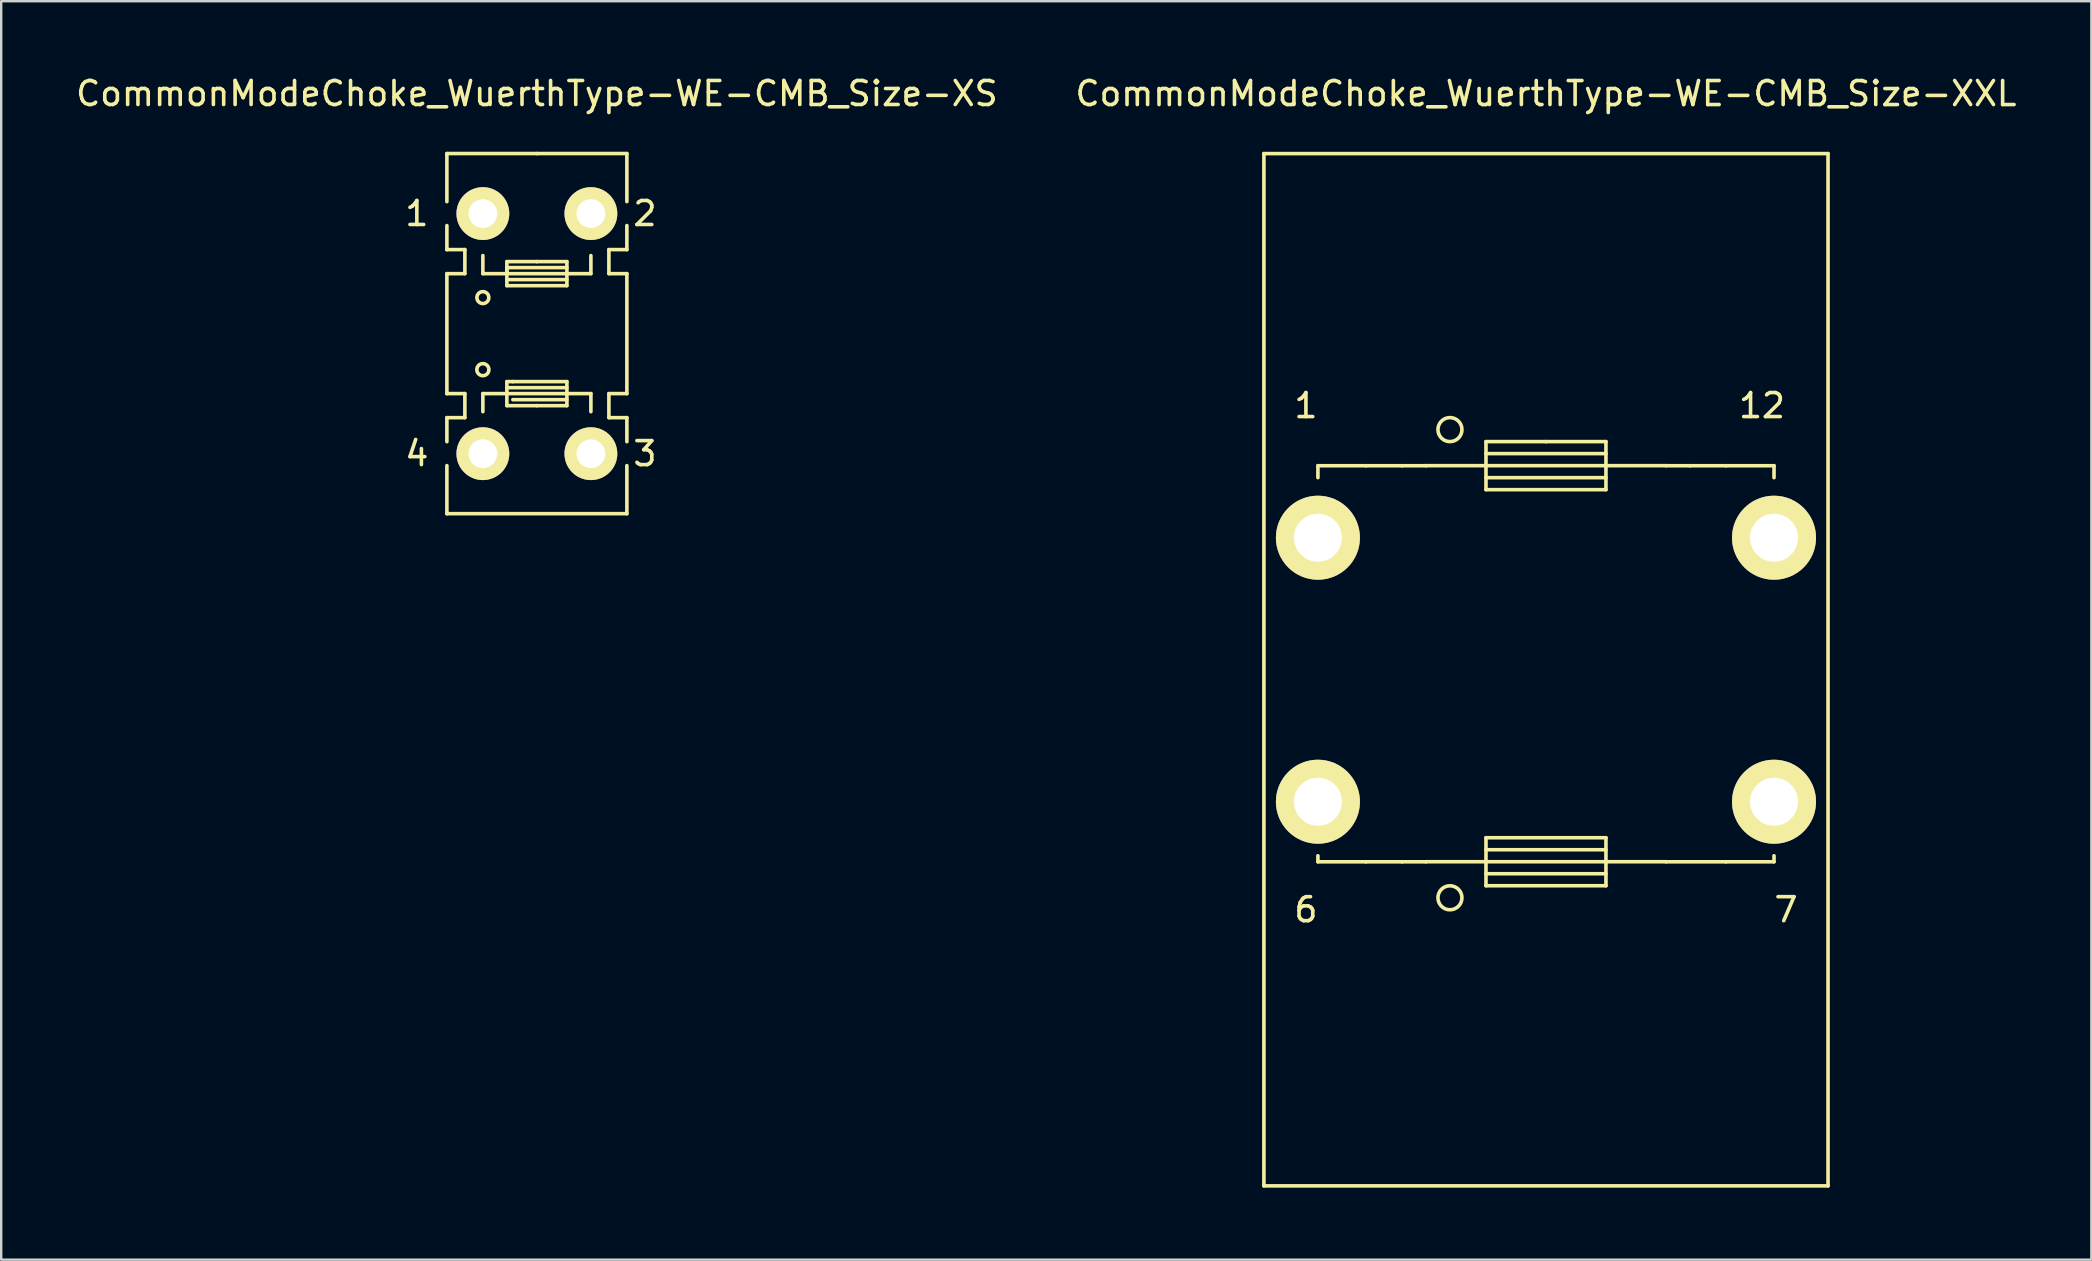
<source format=kicad_pcb>
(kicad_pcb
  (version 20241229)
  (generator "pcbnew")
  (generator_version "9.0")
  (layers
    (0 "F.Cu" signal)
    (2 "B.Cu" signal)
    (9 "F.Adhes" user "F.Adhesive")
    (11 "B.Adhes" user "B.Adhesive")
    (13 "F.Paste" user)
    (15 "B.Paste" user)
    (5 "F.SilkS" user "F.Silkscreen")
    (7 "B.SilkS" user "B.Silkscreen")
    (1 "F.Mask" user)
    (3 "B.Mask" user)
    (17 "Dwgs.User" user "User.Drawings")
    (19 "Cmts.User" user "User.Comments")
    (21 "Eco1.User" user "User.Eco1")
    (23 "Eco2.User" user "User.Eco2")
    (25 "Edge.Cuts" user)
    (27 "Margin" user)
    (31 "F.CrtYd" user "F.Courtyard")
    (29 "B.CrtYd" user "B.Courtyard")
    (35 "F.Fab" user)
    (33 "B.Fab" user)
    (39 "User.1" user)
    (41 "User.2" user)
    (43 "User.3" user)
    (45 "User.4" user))
  (footprint "CommonModeChoke_WuerthType-WE-CMB_Size-XS"
    (layer "F.Cu")
    (at 19.315 10.848)
    (property "Reference" "CommonModeChoke_WuerthType-WE-CMB_Size-XS" (at 0 -10 0) (layer "F.SilkS") (effects (font (size 1 1) (thickness 0.15))))
    (attr through_hole)
    (fp_line (start -3.749 -7.501) (end 0 -7.501) (stroke (width 0.15) (type solid)) (layer "F.SilkS"))
    (fp_line (start -3.749 -5.499) (end -3.749 -7.501) (stroke (width 0.15) (type solid)) (layer "F.SilkS"))
    (fp_line (start -3.749 -3.5) (end -3.749 -4.501) (stroke (width 0.15) (type solid)) (layer "F.SilkS"))
    (fp_line (start -3.749 -2.499) (end -3 -2.499) (stroke (width 0.15) (type solid)) (layer "F.SilkS"))
    (fp_line (start -3.749 2.499) (end -3.749 -2.499) (stroke (width 0.15) (type solid)) (layer "F.SilkS"))
    (fp_line (start -3.749 3.5) (end -3 3.5) (stroke (width 0.15) (type solid)) (layer "F.SilkS"))
    (fp_line (start -3.749 4.501) (end -3.749 3.5) (stroke (width 0.15) (type solid)) (layer "F.SilkS"))
    (fp_line (start -3.749 7.501) (end -3.749 5.499) (stroke (width 0.15) (type solid)) (layer "F.SilkS"))
    (fp_line (start -3 -3.5) (end -3.749 -3.5) (stroke (width 0.15) (type solid)) (layer "F.SilkS"))
    (fp_line (start -3 -2.499) (end -3 -3.5) (stroke (width 0.15) (type solid)) (layer "F.SilkS"))
    (fp_line (start -3 2.499) (end -3.749 2.499) (stroke (width 0.15) (type solid)) (layer "F.SilkS"))
    (fp_line (start -3 3.5) (end -3 2.499) (stroke (width 0.15) (type solid)) (layer "F.SilkS"))
    (fp_line (start -2.25 -2.499) (end -2.25 -3.251) (stroke (width 0.15) (type solid)) (layer "F.SilkS"))
    (fp_line (start -2.25 2.499) (end -2.25 3.251) (stroke (width 0.15) (type solid)) (layer "F.SilkS"))
    (fp_line (start -1.25 -3) (end 0 -3) (stroke (width 0.15) (type solid)) (layer "F.SilkS"))
    (fp_line (start -1.25 -2.751) (end -1.25 -2.499) (stroke (width 0.15) (type solid)) (layer "F.SilkS"))
    (fp_line (start -1.25 -2.499) (end -2.25 -2.499) (stroke (width 0.15) (type solid)) (layer "F.SilkS"))
    (fp_line (start -1.25 -2.25) (end 1.25 -2.25) (stroke (width 0.15) (type solid)) (layer "F.SilkS"))
    (fp_line (start -1.25 -1.999) (end -1.25 -3) (stroke (width 0.15) (type solid)) (layer "F.SilkS"))
    (fp_line (start -1.25 1.999) (end -1.25 3) (stroke (width 0.15) (type solid)) (layer "F.SilkS"))
    (fp_line (start -1.25 2.499) (end -2.25 2.499) (stroke (width 0.15) (type solid)) (layer "F.SilkS"))
    (fp_line (start -1.25 3) (end 0 3) (stroke (width 0.15) (type solid)) (layer "F.SilkS"))
    (fp_line (start -1.001 1.999) (end -1.25 1.999) (stroke (width 0.15) (type solid)) (layer "F.SilkS"))
    (fp_line (start 0 -7.501) (end 3.749 -7.501) (stroke (width 0.15) (type solid)) (layer "F.SilkS"))
    (fp_line (start 0 -3) (end 1.25 -3) (stroke (width 0.15) (type solid)) (layer "F.SilkS"))
    (fp_line (start 0 3) (end 1.25 3) (stroke (width 0.15) (type solid)) (layer "F.SilkS"))
    (fp_line (start 1.25 -3) (end 1.25 -1.999) (stroke (width 0.15) (type solid)) (layer "F.SilkS"))
    (fp_line (start 1.25 -2.751) (end -1.25 -2.751) (stroke (width 0.15) (type solid)) (layer "F.SilkS"))
    (fp_line (start 1.25 -2.499) (end -1.25 -2.499) (stroke (width 0.15) (type solid)) (layer "F.SilkS"))
    (fp_line (start 1.25 -2.499) (end 2.25 -2.499) (stroke (width 0.15) (type solid)) (layer "F.SilkS"))
    (fp_line (start 1.25 -1.999) (end -1.25 -1.999) (stroke (width 0.15) (type solid)) (layer "F.SilkS"))
    (fp_line (start 1.25 1.999) (end -1.001 1.999) (stroke (width 0.15) (type solid)) (layer "F.SilkS"))
    (fp_line (start 1.25 2.25) (end -1.25 2.25) (stroke (width 0.15) (type solid)) (layer "F.SilkS"))
    (fp_line (start 1.25 2.499) (end -1.25 2.499) (stroke (width 0.15) (type solid)) (layer "F.SilkS"))
    (fp_line (start 1.25 2.499) (end 2.25 2.499) (stroke (width 0.15) (type solid)) (layer "F.SilkS"))
    (fp_line (start 1.25 2.751) (end -1.001 2.751) (stroke (width 0.15) (type solid)) (layer "F.SilkS"))
    (fp_line (start 1.25 3) (end 1.25 1.999) (stroke (width 0.15) (type solid)) (layer "F.SilkS"))
    (fp_line (start 2.25 -2.499) (end 2.25 -3.251) (stroke (width 0.15) (type solid)) (layer "F.SilkS"))
    (fp_line (start 2.25 2.499) (end 2.25 3.251) (stroke (width 0.15) (type solid)) (layer "F.SilkS"))
    (fp_line (start 3 -3.5) (end 3 -2.499) (stroke (width 0.15) (type solid)) (layer "F.SilkS"))
    (fp_line (start 3 -2.499) (end 3.749 -2.499) (stroke (width 0.15) (type solid)) (layer "F.SilkS"))
    (fp_line (start 3 2.499) (end 3 3.5) (stroke (width 0.15) (type solid)) (layer "F.SilkS"))
    (fp_line (start 3 3.5) (end 3.749 3.5) (stroke (width 0.15) (type solid)) (layer "F.SilkS"))
    (fp_line (start 3.749 -7.501) (end 3.749 -5.499) (stroke (width 0.15) (type solid)) (layer "F.SilkS"))
    (fp_line (start 3.749 -4.501) (end 3.749 -3.5) (stroke (width 0.15) (type solid)) (layer "F.SilkS"))
    (fp_line (start 3.749 -3.5) (end 3 -3.5) (stroke (width 0.15) (type solid)) (layer "F.SilkS"))
    (fp_line (start 3.749 -2.499) (end 3.749 2.499) (stroke (width 0.15) (type solid)) (layer "F.SilkS"))
    (fp_line (start 3.749 2.499) (end 3 2.499) (stroke (width 0.15) (type solid)) (layer "F.SilkS"))
    (fp_line (start 3.749 3.5) (end 3.749 4.501) (stroke (width 0.15) (type solid)) (layer "F.SilkS"))
    (fp_line (start 3.749 5.499) (end 3.749 7.501) (stroke (width 0.15) (type solid)) (layer "F.SilkS"))
    (fp_line (start 3.749 7.501) (end -3.749 7.501) (stroke (width 0.15) (type solid)) (layer "F.SilkS"))
    (fp_circle (center -2.25 -1.501) (end -2.002 -1.501) (stroke (width 0.15) (type solid)) (fill no) (layer "F.SilkS"))
    (fp_circle (center -2.25 1.501) (end -2.25 1.25) (stroke (width 0.15) (type solid)) (fill no) (layer "F.SilkS"))
    (fp_text user "1" (at -5.001 -5.001 0) (layer "F.SilkS") (effects (font (size 1 1) (thickness 0.15))))
    (fp_text user "2" (at 4.501 -5.001 0) (layer "F.SilkS") (effects (font (size 1 1) (thickness 0.15))))
    (fp_text user "4" (at -5.001 5.001 0) (layer "F.SilkS") (effects (font (size 1 1) (thickness 0.15))))
    (fp_text user "3" (at 4.501 5.001 0) (layer "F.SilkS") (effects (font (size 1 1) (thickness 0.15))))
    (pad "1" thru_hole circle (at -2.25 -5.001) (size 2.2 2.2) (drill 1.199) (layers "*.Cu" "*.Mask" "F.SilkS"))
    (pad "2" thru_hole circle (at 2.25 -5.001) (size 2.2 2.2) (drill 1.199) (layers "*.Cu" "*.Mask" "F.SilkS"))
    (pad "3" thru_hole circle (at 2.25 5.001) (size 2.2 2.2) (drill 1.199) (layers "*.Cu" "*.Mask" "F.SilkS"))
    (pad "4" thru_hole circle (at -2.25 5.001) (size 2.2 2.2) (drill 1.199) (layers "*.Cu" "*.Mask" "F.SilkS")))
  (footprint "CommonModeChoke_WuerthType-WE-CMB_Size-XXL"
    (layer "F.Cu")
    (at 61.351 24.849)
    (property "Reference" "CommonModeChoke_WuerthType-WE-CMB_Size-XXL" (at 0 -24 0) (layer "F.SilkS") (effects (font (size 1 1) (thickness 0.15))))
    (attr through_hole)
    (fp_line (start -11.75 -21.501) (end -11.75 21.501) (stroke (width 0.15) (type solid)) (layer "F.SilkS"))
    (fp_line (start -11.75 21.501) (end 11.75 21.501) (stroke (width 0.15) (type solid)) (layer "F.SilkS"))
    (fp_line (start -9.5 -8.499) (end -9.5 -8.001) (stroke (width 0.15) (type solid)) (layer "F.SilkS"))
    (fp_line (start -9.5 8.001) (end -9.5 7.75) (stroke (width 0.15) (type solid)) (layer "F.SilkS"))
    (fp_line (start -7.501 -8.499) (end -9.5 -8.499) (stroke (width 0.15) (type solid)) (layer "F.SilkS"))
    (fp_line (start -7.501 8.001) (end -9.5 8.001) (stroke (width 0.15) (type solid)) (layer "F.SilkS"))
    (fp_line (start -5.999 -8.499) (end -7.501 -8.499) (stroke (width 0.15) (type solid)) (layer "F.SilkS"))
    (fp_line (start -5.999 8.001) (end -7.501 8.001) (stroke (width 0.15) (type solid)) (layer "F.SilkS"))
    (fp_line (start -5.001 -8.499) (end -5.999 -8.499) (stroke (width 0.15) (type solid)) (layer "F.SilkS"))
    (fp_line (start -5.001 7.998) (end -2.499 7.998) (stroke (width 0.15) (type solid)) (layer "F.SilkS"))
    (fp_line (start -5.001 8.001) (end -5.999 8.001) (stroke (width 0.15) (type solid)) (layer "F.SilkS"))
    (fp_line (start -2.499 -9.502) (end 0 -9.502) (stroke (width 0.15) (type solid)) (layer "F.SilkS"))
    (fp_line (start -2.499 -8.501) (end -5.001 -8.501) (stroke (width 0.15) (type solid)) (layer "F.SilkS"))
    (fp_line (start -2.499 -8.501) (end 2.499 -8.501) (stroke (width 0.15) (type solid)) (layer "F.SilkS"))
    (fp_line (start -2.499 -8.001) (end 2.499 -8.001) (stroke (width 0.15) (type solid)) (layer "F.SilkS"))
    (fp_line (start -2.499 -7.501) (end -2.499 -9.502) (stroke (width 0.15) (type solid)) (layer "F.SilkS"))
    (fp_line (start -2.499 6.998) (end 2.499 6.998) (stroke (width 0.15) (type solid)) (layer "F.SilkS"))
    (fp_line (start -2.499 8.499) (end 2.499 8.499) (stroke (width 0.15) (type solid)) (layer "F.SilkS"))
    (fp_line (start -2.499 8.999) (end -2.499 6.998) (stroke (width 0.15) (type solid)) (layer "F.SilkS"))
    (fp_line (start 0 -9.502) (end 2.499 -9.502) (stroke (width 0.15) (type solid)) (layer "F.SilkS"))
    (fp_line (start 2.499 -9.502) (end 2.499 -7.501) (stroke (width 0.15) (type solid)) (layer "F.SilkS"))
    (fp_line (start 2.499 -9.002) (end -2.499 -9.002) (stroke (width 0.15) (type solid)) (layer "F.SilkS"))
    (fp_line (start 2.499 -8.501) (end 5.001 -8.501) (stroke (width 0.15) (type solid)) (layer "F.SilkS"))
    (fp_line (start 2.499 -7.501) (end -2.499 -7.501) (stroke (width 0.15) (type solid)) (layer "F.SilkS"))
    (fp_line (start 2.499 6.998) (end 2.499 8.999) (stroke (width 0.15) (type solid)) (layer "F.SilkS"))
    (fp_line (start 2.499 7.498) (end -2.499 7.498) (stroke (width 0.15) (type solid)) (layer "F.SilkS"))
    (fp_line (start 2.499 7.998) (end -2.499 7.998) (stroke (width 0.15) (type solid)) (layer "F.SilkS"))
    (fp_line (start 2.499 8.999) (end -2.499 8.999) (stroke (width 0.15) (type solid)) (layer "F.SilkS"))
    (fp_line (start 5.001 -8.499) (end 5.999 -8.499) (stroke (width 0.15) (type solid)) (layer "F.SilkS"))
    (fp_line (start 5.001 7.998) (end 2.499 7.998) (stroke (width 0.15) (type solid)) (layer "F.SilkS"))
    (fp_line (start 5.001 8.001) (end 7.501 8.001) (stroke (width 0.15) (type solid)) (layer "F.SilkS"))
    (fp_line (start 5.999 -8.499) (end 7.501 -8.499) (stroke (width 0.15) (type solid)) (layer "F.SilkS"))
    (fp_line (start 7.501 -8.499) (end 9.5 -8.499) (stroke (width 0.15) (type solid)) (layer "F.SilkS"))
    (fp_line (start 7.501 8.001) (end 9.5 8.001) (stroke (width 0.15) (type solid)) (layer "F.SilkS"))
    (fp_line (start 9.5 -8.499) (end 9.5 -8.001) (stroke (width 0.15) (type solid)) (layer "F.SilkS"))
    (fp_line (start 9.5 8.001) (end 9.5 7.75) (stroke (width 0.15) (type solid)) (layer "F.SilkS"))
    (fp_line (start 11.75 -21.501) (end -11.75 -21.501) (stroke (width 0.15) (type solid)) (layer "F.SilkS"))
    (fp_line (start 11.75 21.501) (end 11.75 -21.501) (stroke (width 0.15) (type solid)) (layer "F.SilkS"))
    (fp_circle (center -4 -10.003) (end -3.5 -10.003) (stroke (width 0.15) (type solid)) (fill no) (layer "F.SilkS"))
    (fp_circle (center -4 9.5) (end -3.5 9.5) (stroke (width 0.15) (type solid)) (fill no) (layer "F.SilkS"))
    (fp_text user "6" (at -10 10 0) (layer "F.SilkS") (effects (font (size 1 1) (thickness 0.15))))
    (fp_text user "7" (at 10 10 0) (layer "F.SilkS") (effects (font (size 1 1) (thickness 0.15))))
    (fp_text user "12" (at 8.999 -11.001 0) (layer "F.SilkS") (effects (font (size 1 1) (thickness 0.15))))
    (fp_text user "1" (at -10 -11.001 0) (layer "F.SilkS") (effects (font (size 1 1) (thickness 0.15))))
    (pad "1" thru_hole circle (at -9.5 -5.499) (size 3.5 3.5) (drill 1.999) (layers "*.Cu" "*.Mask" "F.SilkS"))
    (pad "6" thru_hole circle (at -9.5 5.499) (size 3.5 3.5) (drill 1.999) (layers "*.Cu" "*.Mask" "F.SilkS"))
    (pad "7" thru_hole circle (at 9.5 5.499) (size 3.5 3.5) (drill 1.999) (layers "*.Cu" "*.Mask" "F.SilkS"))
    (pad "12" thru_hole circle (at 9.5 -5.499) (size 3.5 3.5) (drill 1.999) (layers "*.Cu" "*.Mask" "F.SilkS")))
  (gr_rect
    (start -3 -3)
    (end 84.071 49.425)
    (stroke (width 0.1) (type default))
    (fill no)
    (layer "Edge.Cuts")))
</source>
